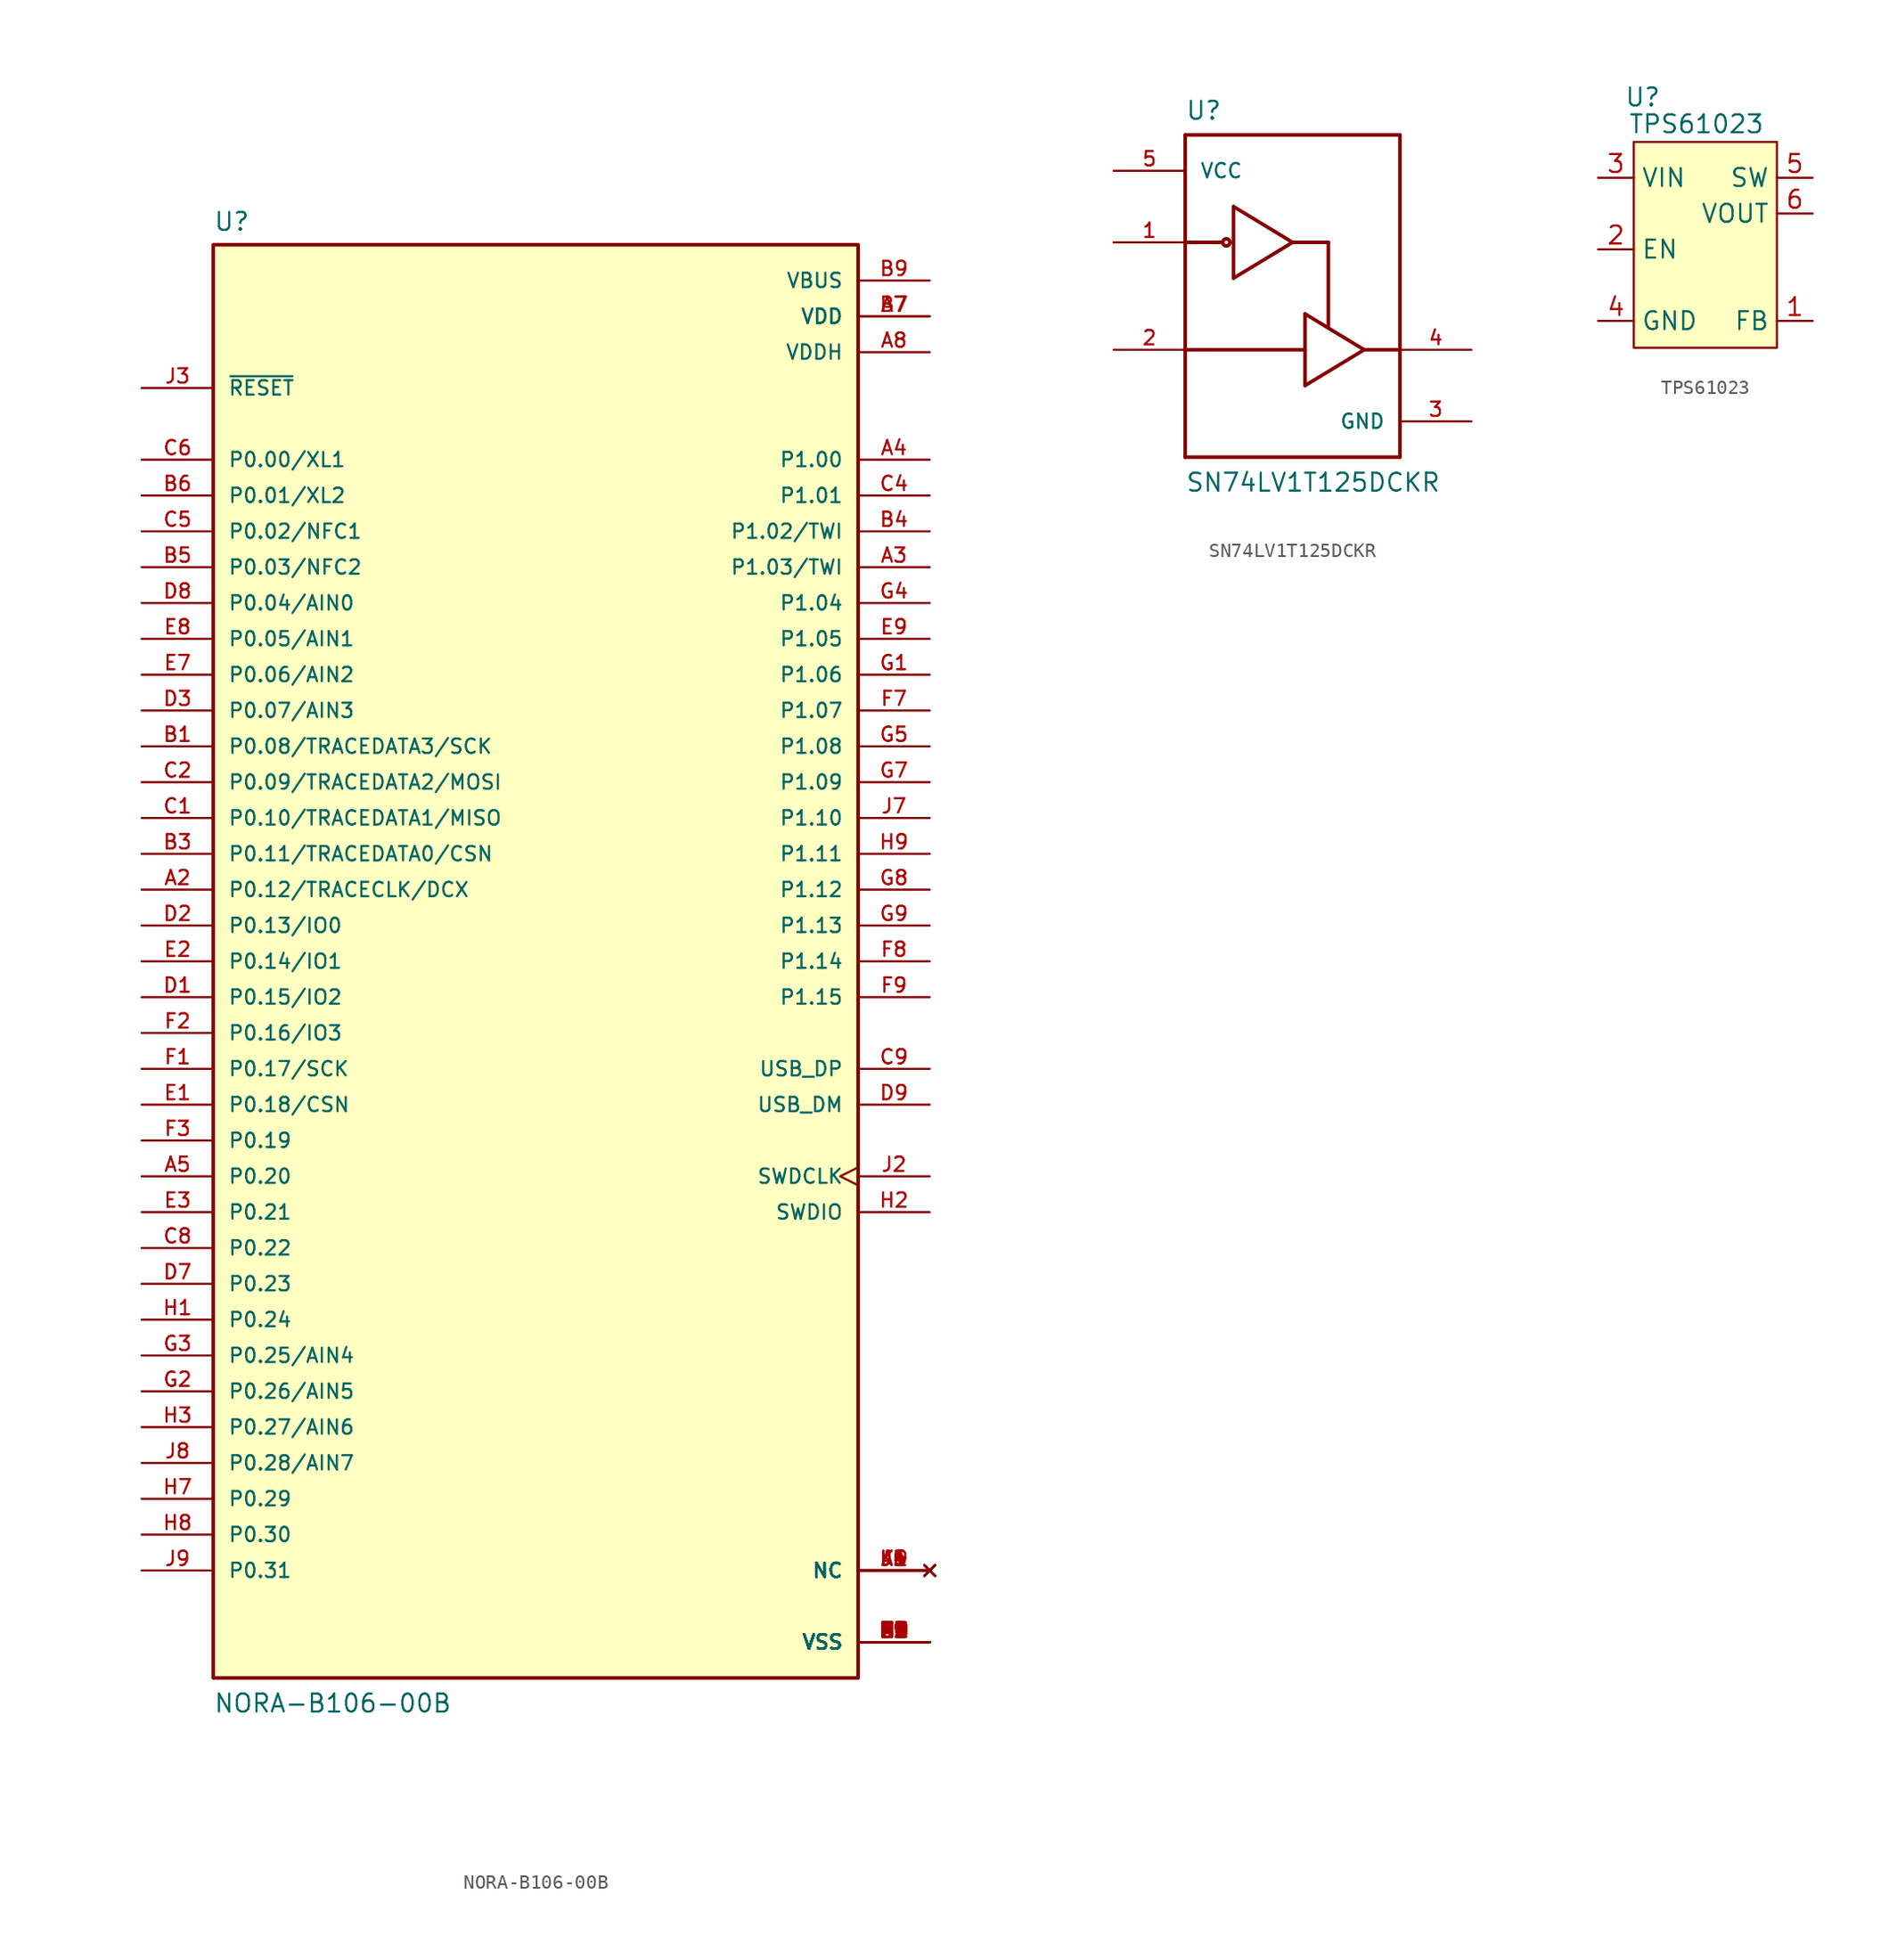
<source format=kicad_sym>
(kicad_symbol_lib
  (version 20211014)
  (generator kicad_symbol_editor)
  (symbol "NORA-B106-00B"
    (pin_names
      (offset 1.016))
    (property "Reference" "U"
      (at -22.86 51.689 0)
      (effects (font (size 1.27 1.27)) (justify left bottom)))
    (property "Value" "NORA-B106-00B"
      (at -22.86 -53.34 0)
      (effects (font (size 1.27 1.27)) (justify left bottom)))
    (property "ki_locked" ""
      (at 0 0 0)
      (effects (font (size 1.27 1.27))))
    (symbol "NORA-B106-00B_0_0"
      (rectangle (start -22.86 -50.8) (end 22.86 50.8) (stroke (width 0.254) (type default) (color 0 0 0 0)) (fill (type background)))
      (pin power_in line (at 27.94 -48.26 180) (length 5.08) (name "VSS" (effects (font (size 1.016 1.016)))) (number "A1" (effects (font (size 1.016 1.016)))))
      (pin bidirectional line (at -27.94 5.08 0) (length 5.08) (name "P0.12/TRACECLK/DCX" (effects (font (size 1.016 1.016)))) (number "A2" (effects (font (size 1.016 1.016)))))
      (pin bidirectional line (at 27.94 27.94 180) (length 5.08) (name "P1.03/TWI" (effects (font (size 1.016 1.016)))) (number "A3" (effects (font (size 1.016 1.016)))))
      (pin bidirectional line (at 27.94 35.56 180) (length 5.08) (name "P1.00" (effects (font (size 1.016 1.016)))) (number "A4" (effects (font (size 1.016 1.016)))))
      (pin bidirectional line (at -27.94 -15.24 0) (length 5.08) (name "P0.20" (effects (font (size 1.016 1.016)))) (number "A5" (effects (font (size 1.016 1.016)))))
      (pin no_connect line (at 27.94 -43.18 180) (length 5.08) (name "NC" (effects (font (size 1.016 1.016)))) (number "A6" (effects (font (size 1.016 1.016)))))
      (pin power_in line (at 27.94 45.72 180) (length 5.08) (name "VDD" (effects (font (size 1.016 1.016)))) (number "A7" (effects (font (size 1.016 1.016)))))
      (pin power_in line (at 27.94 43.18 180) (length 5.08) (name "VDDH" (effects (font (size 1.016 1.016)))) (number "A8" (effects (font (size 1.016 1.016)))))
      (pin power_in line (at 27.94 -48.26 180) (length 5.08) (name "VSS" (effects (font (size 1.016 1.016)))) (number "A9" (effects (font (size 1.016 1.016)))))
      (pin bidirectional line (at -27.94 15.24 0) (length 5.08) (name "P0.08/TRACEDATA3/SCK" (effects (font (size 1.016 1.016)))) (number "B1" (effects (font (size 1.016 1.016)))))
      (pin power_in line (at 27.94 -48.26 180) (length 5.08) (name "VSS" (effects (font (size 1.016 1.016)))) (number "B2" (effects (font (size 1.016 1.016)))))
      (pin bidirectional line (at -27.94 7.62 0) (length 5.08) (name "P0.11/TRACEDATA0/CSN" (effects (font (size 1.016 1.016)))) (number "B3" (effects (font (size 1.016 1.016)))))
      (pin bidirectional line (at 27.94 30.48 180) (length 5.08) (name "P1.02/TWI" (effects (font (size 1.016 1.016)))) (number "B4" (effects (font (size 1.016 1.016)))))
      (pin bidirectional line (at -27.94 27.94 0) (length 5.08) (name "P0.03/NFC2" (effects (font (size 1.016 1.016)))) (number "B5" (effects (font (size 1.016 1.016)))))
      (pin bidirectional line (at -27.94 33.02 0) (length 5.08) (name "P0.01/XL2" (effects (font (size 1.016 1.016)))) (number "B6" (effects (font (size 1.016 1.016)))))
      (pin power_in line (at 27.94 45.72 180) (length 5.08) (name "VDD" (effects (font (size 1.016 1.016)))) (number "B7" (effects (font (size 1.016 1.016)))))
      (pin power_in line (at 27.94 -48.26 180) (length 5.08) (name "VSS" (effects (font (size 1.016 1.016)))) (number "B8" (effects (font (size 1.016 1.016)))))
      (pin power_in line (at 27.94 48.26 180) (length 5.08) (name "VBUS" (effects (font (size 1.016 1.016)))) (number "B9" (effects (font (size 1.016 1.016)))))
      (pin bidirectional line (at -27.94 10.16 0) (length 5.08) (name "P0.10/TRACEDATA1/MISO" (effects (font (size 1.016 1.016)))) (number "C1" (effects (font (size 1.016 1.016)))))
      (pin bidirectional line (at -27.94 12.7 0) (length 5.08) (name "P0.09/TRACEDATA2/MOSI" (effects (font (size 1.016 1.016)))) (number "C2" (effects (font (size 1.016 1.016)))))
      (pin bidirectional line (at 27.94 33.02 180) (length 5.08) (name "P1.01" (effects (font (size 1.016 1.016)))) (number "C4" (effects (font (size 1.016 1.016)))))
      (pin bidirectional line (at -27.94 30.48 0) (length 5.08) (name "P0.02/NFC1" (effects (font (size 1.016 1.016)))) (number "C5" (effects (font (size 1.016 1.016)))))
      (pin bidirectional line (at -27.94 35.56 0) (length 5.08) (name "P0.00/XL1" (effects (font (size 1.016 1.016)))) (number "C6" (effects (font (size 1.016 1.016)))))
      (pin bidirectional line (at -27.94 -20.32 0) (length 5.08) (name "P0.22" (effects (font (size 1.016 1.016)))) (number "C8" (effects (font (size 1.016 1.016)))))
      (pin bidirectional line (at 27.94 -7.62 180) (length 5.08) (name "USB_DP" (effects (font (size 1.016 1.016)))) (number "C9" (effects (font (size 1.016 1.016)))))
      (pin bidirectional line (at -27.94 -2.54 0) (length 5.08) (name "P0.15/IO2" (effects (font (size 1.016 1.016)))) (number "D1" (effects (font (size 1.016 1.016)))))
      (pin bidirectional line (at -27.94 2.54 0) (length 5.08) (name "P0.13/IO0" (effects (font (size 1.016 1.016)))) (number "D2" (effects (font (size 1.016 1.016)))))
      (pin bidirectional line (at -27.94 17.78 0) (length 5.08) (name "P0.07/AIN3" (effects (font (size 1.016 1.016)))) (number "D3" (effects (font (size 1.016 1.016)))))
      (pin bidirectional line (at -27.94 -22.86 0) (length 5.08) (name "P0.23" (effects (font (size 1.016 1.016)))) (number "D7" (effects (font (size 1.016 1.016)))))
      (pin bidirectional line (at -27.94 25.4 0) (length 5.08) (name "P0.04/AIN0" (effects (font (size 1.016 1.016)))) (number "D8" (effects (font (size 1.016 1.016)))))
      (pin bidirectional line (at 27.94 -10.16 180) (length 5.08) (name "USB_DM" (effects (font (size 1.016 1.016)))) (number "D9" (effects (font (size 1.016 1.016)))))
      (pin bidirectional line (at -27.94 -10.16 0) (length 5.08) (name "P0.18/CSN" (effects (font (size 1.016 1.016)))) (number "E1" (effects (font (size 1.016 1.016)))))
      (pin bidirectional line (at -27.94 0 0) (length 5.08) (name "P0.14/IO1" (effects (font (size 1.016 1.016)))) (number "E2" (effects (font (size 1.016 1.016)))))
      (pin bidirectional line (at -27.94 -17.78 0) (length 5.08) (name "P0.21" (effects (font (size 1.016 1.016)))) (number "E3" (effects (font (size 1.016 1.016)))))
      (pin power_in line (at 27.94 -48.26 180) (length 5.08) (name "VSS" (effects (font (size 1.016 1.016)))) (number "E4" (effects (font (size 1.016 1.016)))))
      (pin power_in line (at 27.94 -48.26 180) (length 5.08) (name "VSS" (effects (font (size 1.016 1.016)))) (number "E5" (effects (font (size 1.016 1.016)))))
      (pin bidirectional line (at -27.94 20.32 0) (length 5.08) (name "P0.06/AIN2" (effects (font (size 1.016 1.016)))) (number "E7" (effects (font (size 1.016 1.016)))))
      (pin bidirectional line (at -27.94 22.86 0) (length 5.08) (name "P0.05/AIN1" (effects (font (size 1.016 1.016)))) (number "E8" (effects (font (size 1.016 1.016)))))
      (pin bidirectional line (at 27.94 22.86 180) (length 5.08) (name "P1.05" (effects (font (size 1.016 1.016)))) (number "E9" (effects (font (size 1.016 1.016)))))
      (pin bidirectional line (at -27.94 -7.62 0) (length 5.08) (name "P0.17/SCK" (effects (font (size 1.016 1.016)))) (number "F1" (effects (font (size 1.016 1.016)))))
      (pin bidirectional line (at -27.94 -5.08 0) (length 5.08) (name "P0.16/IO3" (effects (font (size 1.016 1.016)))) (number "F2" (effects (font (size 1.016 1.016)))))
      (pin bidirectional line (at -27.94 -12.7 0) (length 5.08) (name "P0.19" (effects (font (size 1.016 1.016)))) (number "F3" (effects (font (size 1.016 1.016)))))
      (pin power_in line (at 27.94 -48.26 180) (length 5.08) (name "VSS" (effects (font (size 1.016 1.016)))) (number "F4" (effects (font (size 1.016 1.016)))))
      (pin power_in line (at 27.94 -48.26 180) (length 5.08) (name "VSS" (effects (font (size 1.016 1.016)))) (number "F5" (effects (font (size 1.016 1.016)))))
      (pin bidirectional line (at 27.94 17.78 180) (length 5.08) (name "P1.07" (effects (font (size 1.016 1.016)))) (number "F7" (effects (font (size 1.016 1.016)))))
      (pin bidirectional line (at 27.94 0 180) (length 5.08) (name "P1.14" (effects (font (size 1.016 1.016)))) (number "F8" (effects (font (size 1.016 1.016)))))
      (pin bidirectional line (at 27.94 -2.54 180) (length 5.08) (name "P1.15" (effects (font (size 1.016 1.016)))) (number "F9" (effects (font (size 1.016 1.016)))))
      (pin bidirectional line (at 27.94 20.32 180) (length 5.08) (name "P1.06" (effects (font (size 1.016 1.016)))) (number "G1" (effects (font (size 1.016 1.016)))))
      (pin bidirectional line (at -27.94 -30.48 0) (length 5.08) (name "P0.26/AIN5" (effects (font (size 1.016 1.016)))) (number "G2" (effects (font (size 1.016 1.016)))))
      (pin bidirectional line (at -27.94 -27.94 0) (length 5.08) (name "P0.25/AIN4" (effects (font (size 1.016 1.016)))) (number "G3" (effects (font (size 1.016 1.016)))))
      (pin bidirectional line (at 27.94 25.4 180) (length 5.08) (name "P1.04" (effects (font (size 1.016 1.016)))) (number "G4" (effects (font (size 1.016 1.016)))))
      (pin bidirectional line (at 27.94 15.24 180) (length 5.08) (name "P1.08" (effects (font (size 1.016 1.016)))) (number "G5" (effects (font (size 1.016 1.016)))))
      (pin bidirectional line (at 27.94 12.7 180) (length 5.08) (name "P1.09" (effects (font (size 1.016 1.016)))) (number "G7" (effects (font (size 1.016 1.016)))))
      (pin bidirectional line (at 27.94 5.08 180) (length 5.08) (name "P1.12" (effects (font (size 1.016 1.016)))) (number "G8" (effects (font (size 1.016 1.016)))))
      (pin bidirectional line (at 27.94 2.54 180) (length 5.08) (name "P1.13" (effects (font (size 1.016 1.016)))) (number "G9" (effects (font (size 1.016 1.016)))))
      (pin bidirectional line (at -27.94 -25.4 0) (length 5.08) (name "P0.24" (effects (font (size 1.016 1.016)))) (number "H1" (effects (font (size 1.016 1.016)))))
      (pin bidirectional line (at 27.94 -17.78 180) (length 5.08) (name "SWDIO" (effects (font (size 1.016 1.016)))) (number "H2" (effects (font (size 1.016 1.016)))))
      (pin bidirectional line (at -27.94 -33.02 0) (length 5.08) (name "P0.27/AIN6" (effects (font (size 1.016 1.016)))) (number "H3" (effects (font (size 1.016 1.016)))))
      (pin bidirectional line (at -27.94 -38.1 0) (length 5.08) (name "P0.29" (effects (font (size 1.016 1.016)))) (number "H7" (effects (font (size 1.016 1.016)))))
      (pin bidirectional line (at -27.94 -40.64 0) (length 5.08) (name "P0.30" (effects (font (size 1.016 1.016)))) (number "H8" (effects (font (size 1.016 1.016)))))
      (pin bidirectional line (at 27.94 7.62 180) (length 5.08) (name "P1.11" (effects (font (size 1.016 1.016)))) (number "H9" (effects (font (size 1.016 1.016)))))
      (pin no_connect line (at 27.94 -43.18 180) (length 5.08) (name "NC" (effects (font (size 1.016 1.016)))) (number "J1" (effects (font (size 1.016 1.016)))))
      (pin input clock (at 27.94 -15.24 180) (length 5.08) (name "SWDCLK" (effects (font (size 1.016 1.016)))) (number "J2" (effects (font (size 1.016 1.016)))))
      (pin input line (at -27.94 40.64 0) (length 5.08) (name "~{RESET}" (effects (font (size 1.016 1.016)))) (number "J3" (effects (font (size 1.016 1.016)))))
      (pin no_connect line (at 27.94 -43.18 180) (length 5.08) (name "NC" (effects (font (size 1.016 1.016)))) (number "J4" (effects (font (size 1.016 1.016)))))
      (pin no_connect line (at 27.94 -43.18 180) (length 5.08) (name "NC" (effects (font (size 1.016 1.016)))) (number "J5" (effects (font (size 1.016 1.016)))))
      (pin bidirectional line (at 27.94 10.16 180) (length 5.08) (name "P1.10" (effects (font (size 1.016 1.016)))) (number "J7" (effects (font (size 1.016 1.016)))))
      (pin bidirectional line (at -27.94 -35.56 0) (length 5.08) (name "P0.28/AIN7" (effects (font (size 1.016 1.016)))) (number "J8" (effects (font (size 1.016 1.016)))))
      (pin bidirectional line (at -27.94 -43.18 0) (length 5.08) (name "P0.31" (effects (font (size 1.016 1.016)))) (number "J9" (effects (font (size 1.016 1.016)))))
      (pin no_connect line (at 27.94 -43.18 180) (length 5.08) (name "NC" (effects (font (size 1.016 1.016)))) (number "K1" (effects (font (size 1.016 1.016)))))
      (pin power_in line (at 27.94 -48.26 180) (length 5.08) (name "VSS" (effects (font (size 1.016 1.016)))) (number "K2" (effects (font (size 1.016 1.016)))))
      (pin power_in line (at 27.94 -48.26 180) (length 5.08) (name "VSS" (effects (font (size 1.016 1.016)))) (number "K3" (effects (font (size 1.016 1.016)))))
      (pin power_in line (at 27.94 -48.26 180) (length 5.08) (name "VSS" (effects (font (size 1.016 1.016)))) (number "K5" (effects (font (size 1.016 1.016)))))
      (pin power_in line (at 27.94 -48.26 180) (length 5.08) (name "VSS" (effects (font (size 1.016 1.016)))) (number "K7" (effects (font (size 1.016 1.016)))))
      (pin power_in line (at 27.94 -48.26 180) (length 5.08) (name "VSS" (effects (font (size 1.016 1.016)))) (number "K8" (effects (font (size 1.016 1.016)))))
      (pin no_connect line (at 27.94 -43.18 180) (length 5.08) (name "NC" (effects (font (size 1.016 1.016)))) (number "K9" (effects (font (size 1.016 1.016)))))
      (pin power_in line (at 27.94 -48.26 180) (length 5.08) (name "VSS" (effects (font (size 1.016 1.016)))) (number "L1" (effects (font (size 1.016 1.016)))))
      (pin power_in line (at 27.94 -48.26 180) (length 5.08) (name "VSS" (effects (font (size 1.016 1.016)))) (number "L9" (effects (font (size 1.016 1.016)))))
      (pin power_in line (at 27.94 -48.26 180) (length 5.08) (name "VSS" (effects (font (size 1.016 1.016)))) (number "M1" (effects (font (size 1.016 1.016)))))
      (pin power_in line (at 27.94 -48.26 180) (length 5.08) (name "VSS" (effects (font (size 1.016 1.016)))) (number "M2" (effects (font (size 1.016 1.016)))))
      (pin power_in line (at 27.94 -48.26 180) (length 5.08) (name "VSS" (effects (font (size 1.016 1.016)))) (number "M8" (effects (font (size 1.016 1.016)))))
      (pin power_in line (at 27.94 -48.26 180) (length 5.08) (name "VSS" (effects (font (size 1.016 1.016)))) (number "M9" (effects (font (size 1.016 1.016)))))))
  (symbol "SN74LV1T125DCKR"
    (pin_names
      (offset 1.016))
    (property "Reference" "U"
      (at -7.62 13.691 0)
      (effects (font (size 1.27 1.27)) (justify left bottom)))
    (property "Value" "SN74LV1T125DCKR"
      (at -7.62 -12.7 0)
      (effects (font (size 1.27 1.27)) (justify left bottom)))
    (property "ki_locked" ""
      (at 0 0 0)
      (effects (font (size 1.27 1.27))))
    (symbol "SN74LV1T125DCKR_0_0"
      (circle (center -4.699 5.08) (radius 0.254) (stroke (width 0.254) (type default) (color 0 0 0 0)) (fill (type none)))
      (polyline (pts (xy -7.62 -10.16) (xy -7.62 -2.54)) (stroke (width 0.254) (type default) (color 0 0 0 0)) (fill (type none)))
      (polyline (pts (xy -7.62 -2.54) (xy -7.62 5.08)) (stroke (width 0.254) (type default) (color 0 0 0 0)) (fill (type none)))
      (polyline (pts (xy -7.62 -2.54) (xy 0.889 -2.54)) (stroke (width 0.254) (type default) (color 0 0 0 0)) (fill (type none)))
      (polyline (pts (xy -7.62 5.08) (xy -7.62 12.7)) (stroke (width 0.254) (type default) (color 0 0 0 0)) (fill (type none)))
      (polyline (pts (xy -7.62 5.08) (xy -5.08 5.08)) (stroke (width 0.254) (type default) (color 0 0 0 0)) (fill (type none)))
      (polyline (pts (xy -7.62 12.7) (xy 7.62 12.7)) (stroke (width 0.254) (type default) (color 0 0 0 0)) (fill (type none)))
      (polyline (pts (xy -4.191 2.54) (xy 0 5.08)) (stroke (width 0.254) (type default) (color 0 0 0 0)) (fill (type none)))
      (polyline (pts (xy -4.191 7.62) (xy -4.191 2.54)) (stroke (width 0.254) (type default) (color 0 0 0 0)) (fill (type none)))
      (polyline (pts (xy 0 5.08) (xy -4.191 7.62)) (stroke (width 0.254) (type default) (color 0 0 0 0)) (fill (type none)))
      (polyline (pts (xy 0 5.08) (xy 2.54 5.08)) (stroke (width 0.254) (type default) (color 0 0 0 0)) (fill (type none)))
      (polyline (pts (xy 0.889 -5.08) (xy 5.08 -2.54)) (stroke (width 0.254) (type default) (color 0 0 0 0)) (fill (type none)))
      (polyline (pts (xy 0.889 -2.54) (xy 0.889 -5.08)) (stroke (width 0.254) (type default) (color 0 0 0 0)) (fill (type none)))
      (polyline (pts (xy 0.889 0) (xy 0.889 -2.54)) (stroke (width 0.254) (type default) (color 0 0 0 0)) (fill (type none)))
      (polyline (pts (xy 2.54 5.08) (xy 2.54 -0.889)) (stroke (width 0.254) (type default) (color 0 0 0 0)) (fill (type none)))
      (polyline (pts (xy 5.08 -2.54) (xy 0.889 0)) (stroke (width 0.254) (type default) (color 0 0 0 0)) (fill (type none)))
      (polyline (pts (xy 5.08 -2.54) (xy 7.62 -2.54)) (stroke (width 0.254) (type default) (color 0 0 0 0)) (fill (type none)))
      (polyline (pts (xy 7.62 -10.16) (xy -7.62 -10.16)) (stroke (width 0.254) (type default) (color 0 0 0 0)) (fill (type none)))
      (polyline (pts (xy 7.62 12.7) (xy 7.62 -10.16)) (stroke (width 0.254) (type default) (color 0 0 0 0)) (fill (type none)))
      (pin input line (at -12.7 5.08 0) (length 5.08) (name "~" (effects (font (size 1.016 1.016)))) (number "1" (effects (font (size 1.016 1.016)))))
      (pin input line (at -12.7 -2.54 0) (length 5.08) (name "~" (effects (font (size 1.016 1.016)))) (number "2" (effects (font (size 1.016 1.016)))))
      (pin power_in line (at 12.7 -7.62 180) (length 5.08) (name "GND" (effects (font (size 1.016 1.016)))) (number "3" (effects (font (size 1.016 1.016)))))
      (pin output line (at 12.7 -2.54 180) (length 5.08) (name "~" (effects (font (size 1.016 1.016)))) (number "4" (effects (font (size 1.016 1.016)))))
      (pin power_in line (at -12.7 10.16 0) (length 5.08) (name "VCC" (effects (font (size 1.016 1.016)))) (number "5" (effects (font (size 1.016 1.016)))))))
  (symbol "TPS61023"
    (property "Reference" "U"
      (at -4.445 10.795 0)
      (effects (font (size 1.27 1.27))))
    (property "Value" "TPS61023"
      (at -0.635 8.89 0)
      (effects (font (size 1.27 1.27))))
    (symbol "TPS61023_0_1"
      (rectangle (start -5.08 7.62) (end 5.08 -6.985) (stroke (width 0) (type default) (color 0 0 0 0)) (fill (type background))))
    (symbol "TPS61023_1_1"
      (pin input line (at 7.62 -5.08 180) (length 2.54) (name "FB" (effects (font (size 1.27 1.27)))) (number "1" (effects (font (size 1.27 1.27)))))
      (pin input line (at -7.62 0 0) (length 2.54) (name "EN" (effects (font (size 1.27 1.27)))) (number "2" (effects (font (size 1.27 1.27)))))
      (pin input line (at -7.62 5.08 0) (length 2.54) (name "VIN" (effects (font (size 1.27 1.27)))) (number "3" (effects (font (size 1.27 1.27)))))
      (pin input line (at -7.62 -5.08 0) (length 2.54) (name "GND" (effects (font (size 1.27 1.27)))) (number "4" (effects (font (size 1.27 1.27)))))
      (pin input line (at 7.62 5.08 180) (length 2.54) (name "SW" (effects (font (size 1.27 1.27)))) (number "5" (effects (font (size 1.27 1.27)))))
      (pin input line (at 7.62 2.54 180) (length 2.54) (name "VOUT" (effects (font (size 1.27 1.27)))) (number "6" (effects (font (size 1.27 1.27))))))))
</source>
